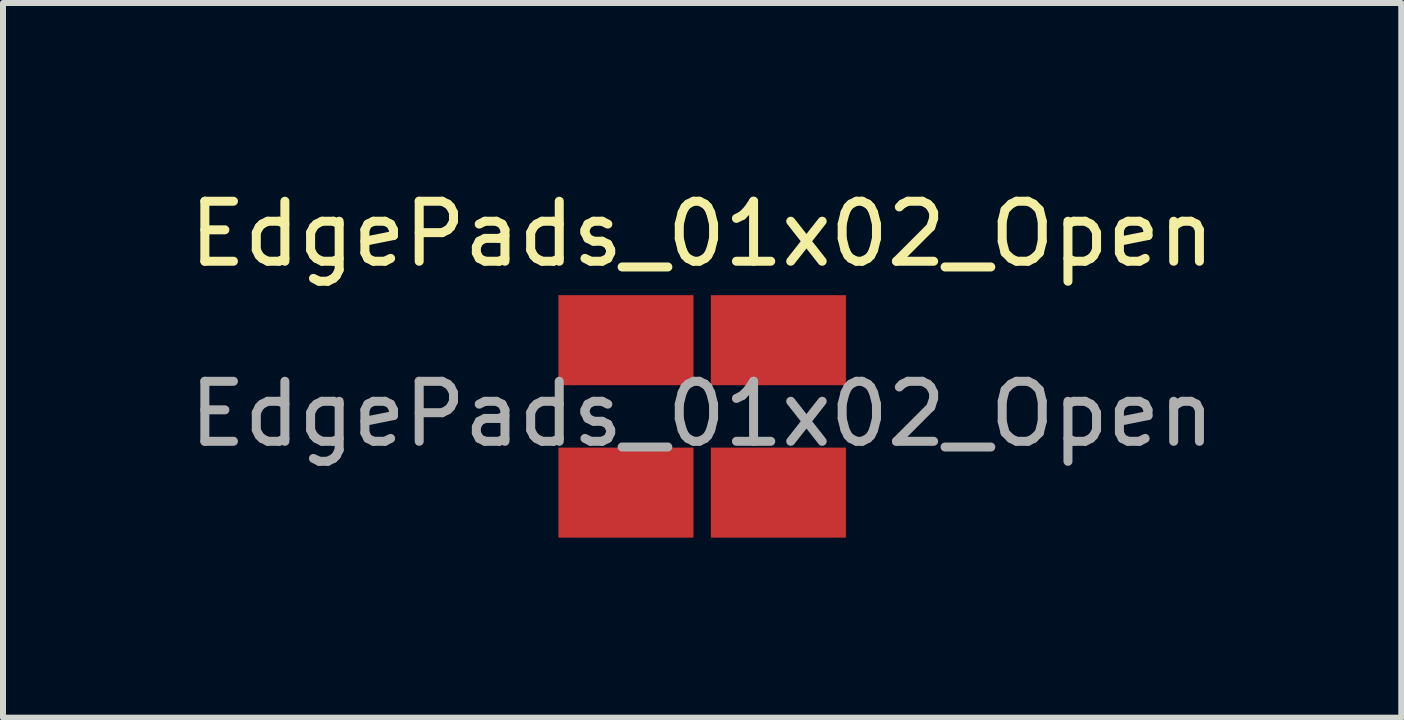
<source format=kicad_pcb>
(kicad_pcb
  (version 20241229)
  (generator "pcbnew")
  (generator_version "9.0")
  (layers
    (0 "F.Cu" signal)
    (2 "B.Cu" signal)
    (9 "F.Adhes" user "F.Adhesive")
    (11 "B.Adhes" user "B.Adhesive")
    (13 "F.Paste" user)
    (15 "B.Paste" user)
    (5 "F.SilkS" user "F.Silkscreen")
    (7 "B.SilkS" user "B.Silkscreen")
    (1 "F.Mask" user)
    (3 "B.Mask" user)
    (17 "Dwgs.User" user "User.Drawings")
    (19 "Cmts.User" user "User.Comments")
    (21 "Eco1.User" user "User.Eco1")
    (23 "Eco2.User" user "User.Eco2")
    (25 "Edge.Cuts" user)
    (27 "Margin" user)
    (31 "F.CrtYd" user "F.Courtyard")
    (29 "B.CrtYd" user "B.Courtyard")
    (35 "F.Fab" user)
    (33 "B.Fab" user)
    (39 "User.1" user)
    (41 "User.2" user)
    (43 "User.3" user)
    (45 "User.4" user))
  (footprint "EdgePads_01x02_Open"
    (layer "F.Cu")
    (at 8.649 1.348)
    (property "Reference" "EdgePads_01x02_Open" (at 0 -0.5 0) (unlocked yes) (layer "F.SilkS") (effects (font (size 1 1) (thickness 0.15))))
    (attr smd)
    (fp_text user "${REFERENCE}" (at 0 2.5 0) (unlocked yes) (layer "F.Fab") (effects (font (size 1 1) (thickness 0.15))))
    (pad "1" smd rect (at -1.27 1.27) (size 2.25 1.5) (layers "F.Cu" "F.Mask" "F.Paste"))
    (pad "2" smd rect (at -1.27 3.81) (size 2.25 1.5) (layers "F.Cu" "F.Mask" "F.Paste"))
    (pad "3" smd rect (at 1.27 1.27) (size 2.25 1.5) (layers "F.Cu" "F.Mask" "F.Paste"))
    (pad "4" smd rect (at 1.27 3.81) (size 2.25 1.5) (layers "F.Cu" "F.Mask" "F.Paste")))
  (gr_rect
    (start -3 -3)
    (end 20.298 8.908)
    (stroke (width 0.1) (type default))
    (fill no)
    (layer "Edge.Cuts")))
</source>
